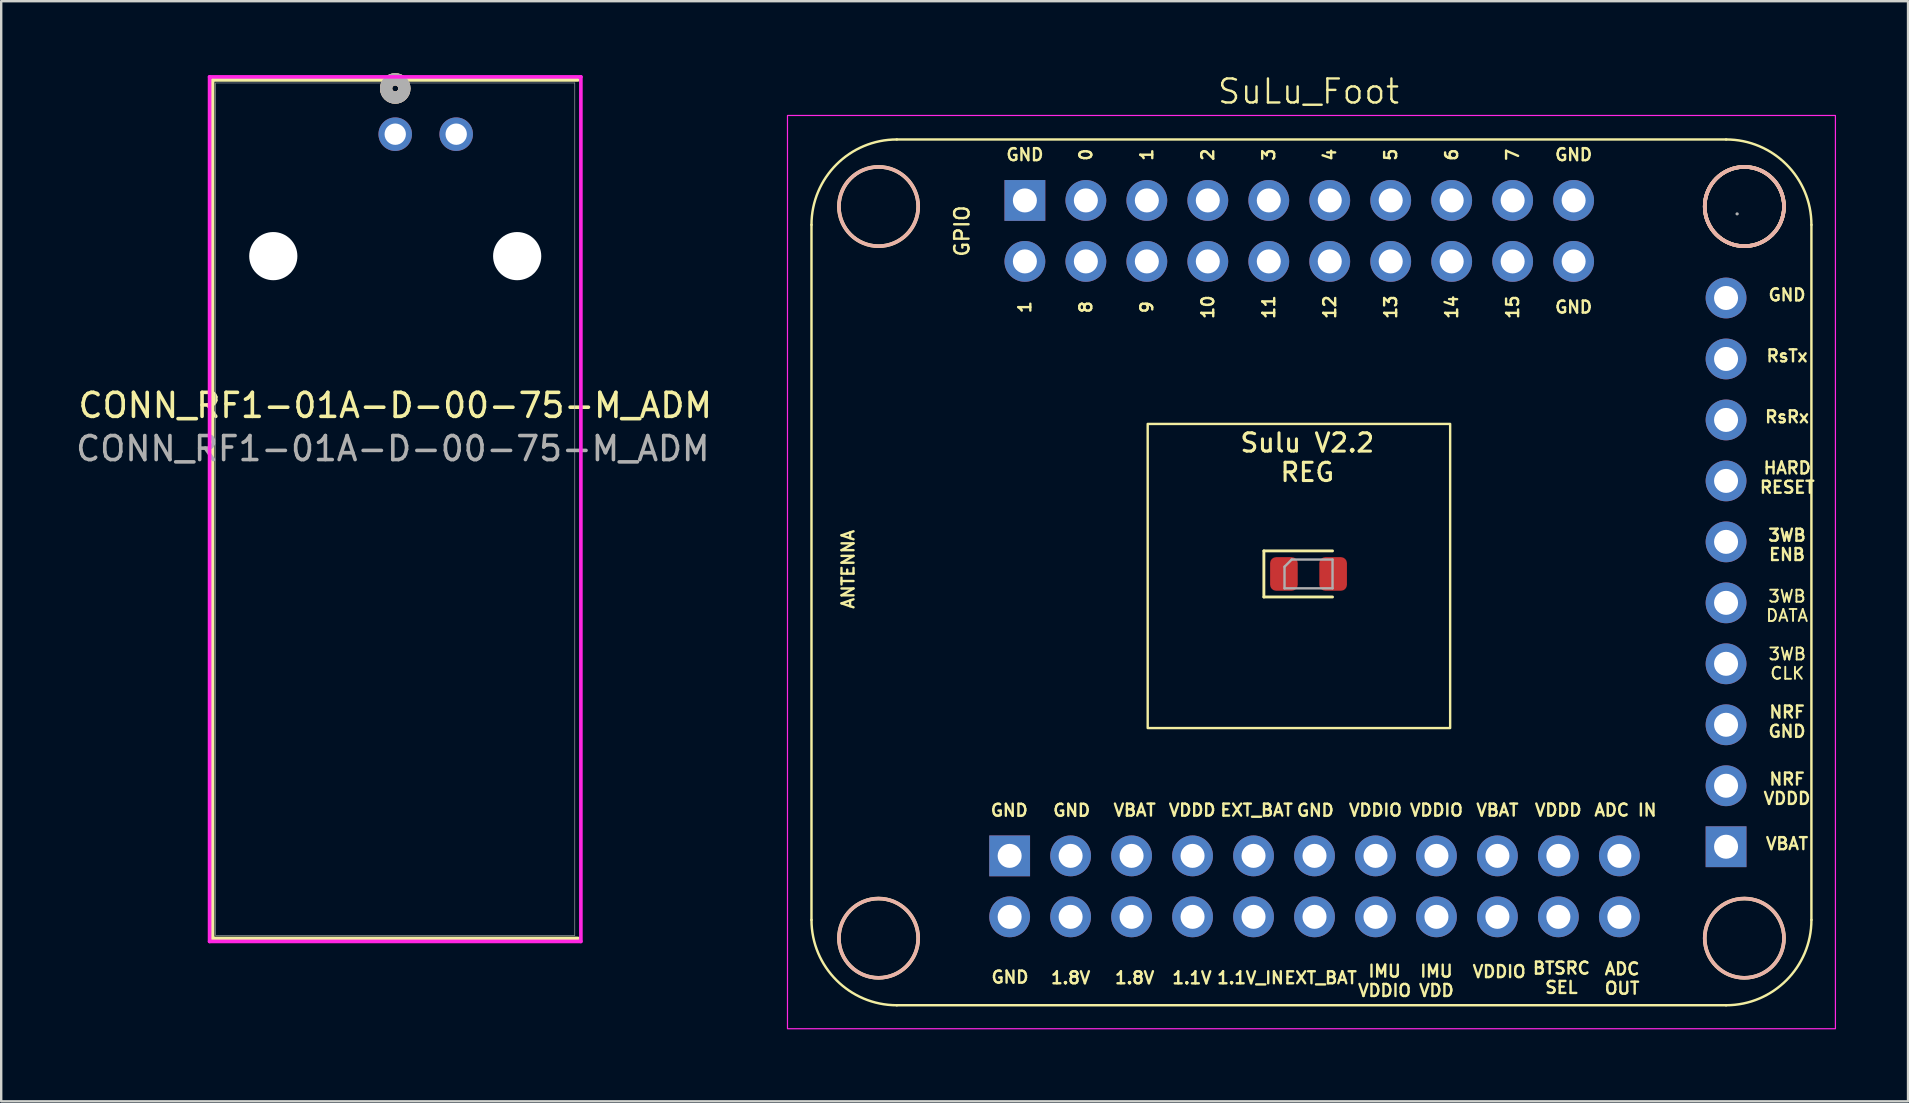
<source format=kicad_pcb>
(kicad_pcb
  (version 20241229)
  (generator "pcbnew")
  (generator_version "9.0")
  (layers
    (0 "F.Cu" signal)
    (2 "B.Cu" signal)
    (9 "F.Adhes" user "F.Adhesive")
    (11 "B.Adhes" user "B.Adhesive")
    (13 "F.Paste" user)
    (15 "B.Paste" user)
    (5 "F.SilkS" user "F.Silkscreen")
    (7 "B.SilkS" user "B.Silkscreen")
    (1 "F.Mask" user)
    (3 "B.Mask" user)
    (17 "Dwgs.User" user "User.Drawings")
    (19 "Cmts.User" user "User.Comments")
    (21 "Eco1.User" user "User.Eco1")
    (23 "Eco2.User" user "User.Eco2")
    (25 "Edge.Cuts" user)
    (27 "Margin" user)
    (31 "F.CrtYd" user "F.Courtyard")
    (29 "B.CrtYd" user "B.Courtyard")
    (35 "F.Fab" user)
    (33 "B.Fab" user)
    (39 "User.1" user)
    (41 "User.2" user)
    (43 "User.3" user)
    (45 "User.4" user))
  (footprint "CONN_RF1-01A-D-00-75-M_ADM"
    (layer "F.Cu")
    (at 13.415 2.54)
    (property "Reference" "CONN_RF1-01A-D-00-75-M_ADM" (at 0 11.3 0) (unlocked yes) (layer "F.SilkS") (effects (font (size 1 1) (thickness 0.15))))
    (attr through_hole)
    (fp_line (start -7.607 -2.261) (end -7.607 33.503) (stroke (width 0.152) (type solid)) (layer "F.SilkS"))
    (fp_line (start -7.607 33.503) (end 7.607 33.503) (stroke (width 0.152) (type solid)) (layer "F.SilkS"))
    (fp_line (start 7.607 -2.261) (end -7.607 -2.261) (stroke (width 0.152) (type solid)) (layer "F.SilkS"))
    (fp_circle (center 0 -1.905) (end 0.381 -1.905) (stroke (width 0.508) (type solid)) (fill no) (layer "F.SilkS"))
    (fp_circle (center 0 -1.905) (end 0.381 -1.905) (stroke (width 0.508) (type solid)) (fill no) (layer "B.SilkS"))
    (fp_line (start -7.734 -2.388) (end -7.734 33.63) (stroke (width 0.152) (type solid)) (layer "F.CrtYd"))
    (fp_line (start -7.734 33.63) (end 7.734 33.63) (stroke (width 0.152) (type solid)) (layer "F.CrtYd"))
    (fp_line (start 7.734 -2.388) (end -7.734 -2.388) (stroke (width 0.152) (type solid)) (layer "F.CrtYd"))
    (fp_line (start 7.734 33.63) (end 7.734 -2.388) (stroke (width 0.152) (type solid)) (layer "F.CrtYd"))
    (fp_line (start -7.48 -2.134) (end -7.48 33.376) (stroke (width 0.025) (type solid)) (layer "F.Fab"))
    (fp_line (start -7.48 33.376) (end 7.48 33.376) (stroke (width 0.025) (type solid)) (layer "F.Fab"))
    (fp_line (start 7.48 -2.134) (end -7.48 -2.134) (stroke (width 0.025) (type solid)) (layer "F.Fab"))
    (fp_line (start 7.48 33.376) (end 7.48 -2.134) (stroke (width 0.025) (type solid)) (layer "F.Fab"))
    (fp_circle (center 0 -1.905) (end 0.381 -1.905) (stroke (width 0.508) (type solid)) (fill no) (layer "F.Fab"))
    (fp_text user "${REFERENCE}" (at -0.1 13.1 0) (unlocked yes) (layer "F.Fab") (effects (font (size 1 1) (thickness 0.15))))
    (pad "" np_thru_hole circle (at -5.08 5.08) (size 2.007 2.007) (drill 2.007) (layers "*.Cu" "*.Mask"))
    (pad "" np_thru_hole circle (at 5.08 5.08) (size 2.007 2.007) (drill 2.007) (layers "*.Cu" "*.Mask"))
    (pad "1" thru_hole circle (at 0 0) (size 1.397 1.397) (drill 0.889) (layers "*.Cu" "*.Mask"))
    (pad "2" thru_hole circle (at 2.54 0) (size 1.397 1.397) (drill 0.889) (layers "*.Cu" "*.Mask")))
  (footprint "SuLu_Foot"
    (layer "F.Cu")
    (at 51.412 20.86)
    (property "Reference" "SuLu_Foot" (at 0.05 -20.1 0) (unlocked yes) (layer "F.SilkS") (effects (font (size 1 1) (thickness 0.1))))
    (attr smd)
    (fp_line (start -20.656 14.412) (end -20.656 -14.544) (stroke (width 0.102) (type solid)) (layer "F.SilkS"))
    (fp_line (start -17.1 17.968) (end 17.444 17.968) (stroke (width 0.102) (type solid)) (layer "F.SilkS"))
    (fp_line (start -1.81 -0.96) (end -1.81 0.96) (stroke (width 0.12) (type solid)) (layer "F.SilkS"))
    (fp_line (start -1.81 0.96) (end 1.05 0.96) (stroke (width 0.12) (type solid)) (layer "F.SilkS"))
    (fp_line (start 1.05 -0.96) (end -1.81 -0.96) (stroke (width 0.12) (type solid)) (layer "F.SilkS"))
    (fp_line (start 17.444 -18.1) (end -17.1 -18.1) (stroke (width 0.102) (type solid)) (layer "F.SilkS"))
    (fp_line (start 21 14.412) (end 21 -14.544) (stroke (width 0.102) (type solid)) (layer "F.SilkS"))
    (fp_rect (start -6.65 6.42) (end 5.95 -6.25) (stroke (width 0.1) (type default)) (fill no) (layer "F.SilkS"))
    (fp_arc (start -20.656 -14.544) (mid -19.614472 -17.058472) (end -17.1 -18.1) (stroke (width 0.1016) (type solid)) (layer "F.SilkS"))
    (fp_arc (start -17.1 17.968) (mid -19.614472 16.926472) (end -20.656 14.412) (stroke (width 0.1016) (type solid)) (layer "F.SilkS"))
    (fp_arc (start 17.444 -18.1) (mid 19.958472 -17.058472) (end 21 -14.544) (stroke (width 0.1016) (type solid)) (layer "F.SilkS"))
    (fp_arc (start 21 14.412) (mid 19.958472 16.926472) (end 17.444 17.968) (stroke (width 0.1016) (type solid)) (layer "F.SilkS"))
    (fp_circle (center -17.862 -15.306) (end -17.862 -13.655) (stroke (width 0.15) (type solid)) (fill no) (layer "F.SilkS"))
    (fp_circle (center -17.862 15.174) (end -17.862 16.825) (stroke (width 0.15) (type solid)) (fill no) (layer "F.SilkS"))
    (fp_circle (center 18.206 -15.306) (end 18.206 -13.655) (stroke (width 0.15) (type solid)) (fill no) (layer "F.SilkS"))
    (fp_circle (center 18.206 -15.306) (end 18.206 -13.655) (stroke (width 0.15) (type solid)) (fill no) (layer "F.SilkS"))
    (fp_circle (center 18.206 15.174) (end 18.206 16.825) (stroke (width 0.15) (type solid)) (fill no) (layer "F.SilkS"))
    (fp_circle (center -17.862 -15.306) (end -17.862 -16.957) (stroke (width 0.15) (type solid)) (fill no) (layer "B.SilkS"))
    (fp_circle (center -17.862 15.174) (end -17.862 13.523) (stroke (width 0.15) (type solid)) (fill no) (layer "B.SilkS"))
    (fp_circle (center 18.206 -15.306) (end 18.206 -16.957) (stroke (width 0.15) (type solid)) (fill no) (layer "B.SilkS"))
    (fp_circle (center 18.206 -15.306) (end 18.206 -16.957) (stroke (width 0.15) (type solid)) (fill no) (layer "B.SilkS"))
    (fp_circle (center 18.206 15.174) (end 18.206 13.523) (stroke (width 0.15) (type solid)) (fill no) (layer "B.SilkS"))
    (fp_rect (start -21.656 -19.1) (end 22 18.946) (stroke (width 0.05) (type default)) (fill no) (layer "F.CrtYd"))
    (fp_line (start -0.95 -0.3) (end -0.95 0.6) (stroke (width 0.1) (type solid)) (layer "F.Fab"))
    (fp_line (start -0.95 0.6) (end 1.05 0.6) (stroke (width 0.1) (type solid)) (layer "F.Fab"))
    (fp_line (start -0.65 -0.6) (end -0.95 -0.3) (stroke (width 0.1) (type solid)) (layer "F.Fab"))
    (fp_line (start 1.05 -0.6) (end -0.65 -0.6) (stroke (width 0.1) (type solid)) (layer "F.Fab"))
    (fp_line (start 1.05 0.6) (end 1.05 -0.6) (stroke (width 0.1) (type solid)) (layer "F.Fab"))
    (fp_line (start 17.9 -15) (end 17.91 -15) (stroke (width 0.127) (type solid)) (layer "F.Fab"))
    (fp_text user "1.1V_IN" (at -2.368 16.825 0) (unlocked yes) (layer "F.SilkS") (effects (font (size 0.5 0.5) (thickness 0.1))))
    (fp_text user "1.8V" (at -9.861 16.825 0) (unlocked yes) (layer "F.SilkS") (effects (font (size 0.5 0.5) (thickness 0.1))))
    (fp_text user "GND" (at 0.334 9.848 0) (unlocked yes) (layer "F.SilkS") (effects (font (size 0.5 0.5) (thickness 0.1))))
    (fp_text user "14" (at 6.014 -11.115 90) (unlocked yes) (layer "F.SilkS") (effects (font (size 0.5 0.5) (thickness 0.1))))
    (fp_text user "1.1V" (at -4.806 16.828 0) (unlocked yes) (layer "F.SilkS") (effects (font (size 0.5 0.5) (thickness 0.1))))
    (fp_text user "VBAT" (at -7.194 9.84 0) (unlocked yes) (layer "F.SilkS") (effects (font (size 0.5 0.5) (thickness 0.1))))
    (fp_text user "GND" (at -12.386 16.798 0) (unlocked yes) (layer "F.SilkS") (effects (font (size 0.5 0.5) (thickness 0.1))))
    (fp_text user "GND" (at -11.766 -17.465 0) (unlocked yes) (layer "F.SilkS") (effects (font (size 0.5 0.5) (thickness 0.1))))
    (fp_text user "ANTENNA" (at -19.132 -0.193 90) (unlocked yes) (layer "F.SilkS") (effects (font (size 0.5 0.5) (thickness 0.1))))
    (fp_text user "1" (at -11.766 -11.115 90) (unlocked yes) (layer "F.SilkS") (effects (font (size 0.5 0.5) (thickness 0.1))))
    (fp_text user "IMU\nVDD" (at 5.379 16.952 0) (unlocked yes) (layer "F.SilkS") (effects (font (size 0.5 0.5) (thickness 0.1))))
    (fp_text user "RsTx" (at 19.984 -9.083 0) (unlocked yes) (layer "F.SilkS") (effects (font (size 0.5 0.5) (thickness 0.1))))
    (fp_text user "GND" (at 11.094 -11.115 0) (unlocked yes) (layer "F.SilkS") (effects (font (size 0.5 0.5) (thickness 0.1))))
    (fp_text user "7" (at 8.554 -17.465 90) (unlocked yes) (layer "F.SilkS") (effects (font (size 0.5 0.5) (thickness 0.1))))
    (fp_text user "10" (at -4.146 -11.115 90) (unlocked yes) (layer "F.SilkS") (effects (font (size 0.5 0.5) (thickness 0.1))))
    (fp_text user "BTSRC\nSEL" (at 10.586 16.825 0) (unlocked yes) (layer "F.SilkS") (effects (font (size 0.5 0.5) (thickness 0.1) (bold yes))))
    (fp_text user "3" (at -1.606 -17.465 90) (unlocked yes) (layer "F.SilkS") (effects (font (size 0.5 0.5) (thickness 0.1))))
    (fp_text user "3WB\nCLK" (at 19.994 3.738 0) (unlocked yes) (layer "F.SilkS") (effects (font (size 0.5 0.5) (thickness 0.08))))
    (fp_text user "GND" (at 11.094 -17.465 0) (unlocked yes) (layer "F.SilkS") (effects (font (size 0.5 0.5) (thickness 0.1))))
    (fp_text user "VDDD" (at 10.454 9.838 0) (unlocked yes) (layer "F.SilkS") (effects (font (size 0.5 0.5) (thickness 0.1))))
    (fp_text user "GND" (at -9.816 9.848 0) (unlocked yes) (layer "F.SilkS") (effects (font (size 0.5 0.5) (thickness 0.1))))
    (fp_text user "VDDIO" (at 5.379 9.84 0) (unlocked yes) (layer "F.SilkS") (effects (font (size 0.5 0.5) (thickness 0.1))))
    (fp_text user "11" (at -1.606 -11.115 90) (unlocked yes) (layer "F.SilkS") (effects (font (size 0.5 0.5) (thickness 0.1))))
    (fp_text user "2" (at -4.146 -17.465 90) (unlocked yes) (layer "F.SilkS") (effects (font (size 0.5 0.5) (thickness 0.1))))
    (fp_text user "ADC\nOUT" (at 13.114 16.858 0) (unlocked yes) (layer "F.SilkS") (effects (font (size 0.5 0.5) (thickness 0.1) (bold yes))))
    (fp_text user "5" (at 3.474 -17.465 90) (unlocked yes) (layer "F.SilkS") (effects (font (size 0.5 0.5) (thickness 0.1))))
    (fp_text user "ADC IN" (at 13.254 9.838 0) (unlocked yes) (layer "F.SilkS") (effects (font (size 0.5 0.5) (thickness 0.1) (bold yes))))
    (fp_text user "12" (at 0.934 -11.115 90) (unlocked yes) (layer "F.SilkS") (effects (font (size 0.5 0.5) (thickness 0.1))))
    (fp_text user "1.8V" (at -7.194 16.825 0) (unlocked yes) (layer "F.SilkS") (effects (font (size 0.5 0.5) (thickness 0.1))))
    (fp_text user "6" (at 6.014 -17.465 90) (unlocked yes) (layer "F.SilkS") (effects (font (size 0.5 0.5) (thickness 0.1))))
    (fp_text user "EXT_BAT" (at -2.114 9.84 0) (unlocked yes) (layer "F.SilkS") (effects (font (size 0.5 0.5) (thickness 0.1))))
    (fp_text user "9" (at -6.686 -11.115 90) (unlocked yes) (layer "F.SilkS") (effects (font (size 0.5 0.5) (thickness 0.1))))
    (fp_text user "15" (at 8.554 -11.115 90) (unlocked yes) (layer "F.SilkS") (effects (font (size 0.5 0.5) (thickness 0.1))))
    (fp_text user "NRF\nVDDD" (at 19.984 8.951 0) (unlocked yes) (layer "F.SilkS") (effects (font (size 0.5 0.5) (thickness 0.1))))
    (fp_text user "Sulu V2.2\nREG" (at 0 -4.85 0) (unlocked yes) (layer "F.SilkS") (effects (font (size 0.762 0.762) (thickness 0.127))))
    (fp_text user "GND" (at -12.416 9.848 0) (unlocked yes) (layer "F.SilkS") (effects (font (size 0.5 0.5) (thickness 0.1))))
    (fp_text user "13" (at 3.474 -11.115 90) (unlocked yes) (layer "F.SilkS") (effects (font (size 0.5 0.5) (thickness 0.1))))
    (fp_text user "EXT_BAT" (at 0.553 16.825 0) (unlocked yes) (layer "F.SilkS") (effects (font (size 0.5 0.5) (thickness 0.1))))
    (fp_text user "RsRx" (at 19.984 -6.543 0) (unlocked yes) (layer "F.SilkS") (effects (font (size 0.5 0.5) (thickness 0.1))))
    (fp_text user "1" (at -6.686 -17.465 90) (unlocked yes) (layer "F.SilkS") (effects (font (size 0.5 0.5) (thickness 0.1))))
    (fp_text user "3WB\nDATA" (at 19.984 1.331 0) (unlocked yes) (layer "F.SilkS") (effects (font (size 0.5 0.5) (thickness 0.08))))
    (fp_text user "IMU\nVDDIO" (at 3.22 16.952 0) (unlocked yes) (layer "F.SilkS") (effects (font (size 0.5 0.5) (thickness 0.1))))
    (fp_text user "VBAT" (at 7.919 9.84 0) (unlocked yes) (layer "F.SilkS") (effects (font (size 0.5 0.5) (thickness 0.1))))
    (fp_text user "4" (at 0.934 -17.465 90) (unlocked yes) (layer "F.SilkS") (effects (font (size 0.5 0.5) (thickness 0.1))))
    (fp_text user "HARD\nRESET" (at 19.994 -4.012 0) (unlocked yes) (layer "F.SilkS") (effects (font (size 0.5 0.5) (thickness 0.1) (bold yes))))
    (fp_text user "8" (at -9.226 -11.115 90) (unlocked yes) (layer "F.SilkS") (effects (font (size 0.5 0.5) (thickness 0.1))))
    (fp_text user "GND" (at 19.984 -11.623 0) (unlocked yes) (layer "F.SilkS") (effects (font (size 0.5 0.5) (thickness 0.1))))
    (fp_text user "VBAT" (at 19.984 11.237 0) (unlocked yes) (layer "F.SilkS") (effects (font (size 0.5 0.5) (thickness 0.1))))
    (fp_text user "0" (at -9.226 -17.465 90) (unlocked yes) (layer "F.SilkS") (effects (font (size 0.5 0.5) (thickness 0.1))))
    (fp_text user "3WB\nENB" (at 19.984 -1.209 0) (unlocked yes) (layer "F.SilkS") (effects (font (size 0.5 0.5) (thickness 0.1))))
    (fp_text user "VDDIO" (at 7.994 16.568 0) (unlocked yes) (layer "F.SilkS") (effects (font (size 0.5 0.5) (thickness 0.1))))
    (fp_text user "GPIO" (at -14.386 -14.282 90) (unlocked yes) (layer "F.SilkS") (effects (font (size 0.6 0.6) (thickness 0.1))))
    (fp_text user "VDDIO" (at 2.839 9.84 0) (unlocked yes) (layer "F.SilkS") (effects (font (size 0.5 0.5) (thickness 0.1))))
    (fp_text user "NRF\nGND" (at 19.984 6.157 0) (unlocked yes) (layer "F.SilkS") (effects (font (size 0.5 0.5) (thickness 0.1))))
    (fp_text user "VDDD" (at -4.796 9.84 0) (unlocked yes) (layer "F.SilkS") (effects (font (size 0.5 0.5) (thickness 0.1))))
    (pad "1a" thru_hole rect (at -11.766 -15.56 270) (size 1.7 1.7) (drill 1) (layers "*.Cu" "*.Mask"))
    (pad "1b" thru_hole rect (at 17.444 11.364) (size 1.7 1.7) (drill 1) (layers "*.Cu" "*.Mask"))
    (pad "1c" thru_hole rect (at -12.401 11.745 270) (size 1.7 1.7) (drill 1) (layers "*.Cu" "*.Mask"))
    (pad "1e" smd roundrect (at 1.075 0) (size 1.15 1.4) (layers "F.Cu" "F.Mask" "F.Paste") (roundrect_rratio 0.217))
    (pad "2a" thru_hole oval (at -11.766 -13.02 270) (size 1.7 1.7) (drill 1) (layers "*.Cu" "*.Mask"))
    (pad "2b" thru_hole oval (at 17.444 8.824) (size 1.7 1.7) (drill 1) (layers "*.Cu" "*.Mask"))
    (pad "2c" thru_hole oval (at -12.401 14.285 270) (size 1.7 1.7) (drill 1) (layers "*.Cu" "*.Mask"))
    (pad "2e" smd roundrect (at -0.975 0) (size 1.15 1.4) (layers "F.Cu" "F.Mask" "F.Paste") (roundrect_rratio 0.217))
    (pad "3a" thru_hole oval (at -9.226 -15.56 270) (size 1.7 1.7) (drill 1) (layers "*.Cu" "*.Mask"))
    (pad "3b" thru_hole oval (at 17.444 6.284) (size 1.7 1.7) (drill 1) (layers "*.Cu" "*.Mask"))
    (pad "3c" thru_hole oval (at -9.861 11.745 270) (size 1.7 1.7) (drill 1) (layers "*.Cu" "*.Mask"))
    (pad "4a" thru_hole oval (at -9.226 -13.02 270) (size 1.7 1.7) (drill 1) (layers "*.Cu" "*.Mask"))
    (pad "4b" thru_hole oval (at 17.444 3.744) (size 1.7 1.7) (drill 1) (layers "*.Cu" "*.Mask"))
    (pad "4c" thru_hole oval (at -9.861 14.285 270) (size 1.7 1.7) (drill 1) (layers "*.Cu" "*.Mask"))
    (pad "5a" thru_hole oval (at -6.686 -15.56 270) (size 1.7 1.7) (drill 1) (layers "*.Cu" "*.Mask"))
    (pad "5b" thru_hole oval (at 17.444 1.204) (size 1.7 1.7) (drill 1) (layers "*.Cu" "*.Mask"))
    (pad "5c" thru_hole oval (at -7.321 11.745 270) (size 1.7 1.7) (drill 1) (layers "*.Cu" "*.Mask"))
    (pad "6a" thru_hole oval (at -6.686 -13.02 270) (size 1.7 1.7) (drill 1) (layers "*.Cu" "*.Mask"))
    (pad "6b" thru_hole oval (at 17.444 -1.336) (size 1.7 1.7) (drill 1) (layers "*.Cu" "*.Mask"))
    (pad "6c" thru_hole oval (at -7.321 14.285 270) (size 1.7 1.7) (drill 1) (layers "*.Cu" "*.Mask"))
    (pad "7a" thru_hole oval (at -4.146 -15.56 270) (size 1.7 1.7) (drill 1) (layers "*.Cu" "*.Mask"))
    (pad "7b" thru_hole oval (at 17.444 -3.876) (size 1.7 1.7) (drill 1) (layers "*.Cu" "*.Mask"))
    (pad "7c" thru_hole oval (at -4.781 11.745 270) (size 1.7 1.7) (drill 1) (layers "*.Cu" "*.Mask"))
    (pad "8a" thru_hole oval (at -4.146 -13.02 270) (size 1.7 1.7) (drill 1) (layers "*.Cu" "*.Mask"))
    (pad "8b" thru_hole oval (at 17.444 -6.416) (size 1.7 1.7) (drill 1) (layers "*.Cu" "*.Mask"))
    (pad "8c" thru_hole oval (at -4.781 14.285 270) (size 1.7 1.7) (drill 1) (layers "*.Cu" "*.Mask"))
    (pad "9a" thru_hole oval (at -1.606 -15.56 270) (size 1.7 1.7) (drill 1) (layers "*.Cu" "*.Mask"))
    (pad "9b" thru_hole oval (at 17.444 -8.956) (size 1.7 1.7) (drill 1) (layers "*.Cu" "*.Mask"))
    (pad "9c" thru_hole oval (at -2.241 11.745 270) (size 1.7 1.7) (drill 1) (layers "*.Cu" "*.Mask"))
    (pad "10a" thru_hole oval (at -1.606 -13.02 270) (size 1.7 1.7) (drill 1) (layers "*.Cu" "*.Mask"))
    (pad "10b" thru_hole oval (at 17.444 -11.496) (size 1.7 1.7) (drill 1) (layers "*.Cu" "*.Mask"))
    (pad "10c" thru_hole oval (at -2.241 14.285 270) (size 1.7 1.7) (drill 1) (layers "*.Cu" "*.Mask"))
    (pad "11a" thru_hole oval (at 0.934 -15.56 270) (size 1.7 1.7) (drill 1) (layers "*.Cu" "*.Mask"))
    (pad "11c" thru_hole oval (at 0.299 11.745 270) (size 1.7 1.7) (drill 1) (layers "*.Cu" "*.Mask"))
    (pad "12a" thru_hole oval (at 0.934 -13.02 270) (size 1.7 1.7) (drill 1) (layers "*.Cu" "*.Mask"))
    (pad "12c" thru_hole oval (at 0.299 14.285 270) (size 1.7 1.7) (drill 1) (layers "*.Cu" "*.Mask"))
    (pad "13a" thru_hole oval (at 3.474 -15.56 270) (size 1.7 1.7) (drill 1) (layers "*.Cu" "*.Mask"))
    (pad "13c" thru_hole oval (at 2.839 11.745 270) (size 1.7 1.7) (drill 1) (layers "*.Cu" "*.Mask"))
    (pad "14a" thru_hole oval (at 3.474 -13.02 270) (size 1.7 1.7) (drill 1) (layers "*.Cu" "*.Mask"))
    (pad "14c" thru_hole oval (at 2.839 14.285 270) (size 1.7 1.7) (drill 1) (layers "*.Cu" "*.Mask"))
    (pad "15a" thru_hole oval (at 6.014 -15.56 270) (size 1.7 1.7) (drill 1) (layers "*.Cu" "*.Mask"))
    (pad "15c" thru_hole oval (at 5.379 11.745 270) (size 1.7 1.7) (drill 1) (layers "*.Cu" "*.Mask"))
    (pad "16a" thru_hole oval (at 6.014 -13.02 270) (size 1.7 1.7) (drill 1) (layers "*.Cu" "*.Mask"))
    (pad "16c" thru_hole oval (at 5.379 14.285 270) (size 1.7 1.7) (drill 1) (layers "*.Cu" "*.Mask"))
    (pad "17a" thru_hole oval (at 8.554 -15.56 270) (size 1.7 1.7) (drill 1) (layers "*.Cu" "*.Mask"))
    (pad "17c" thru_hole oval (at 7.919 11.745 270) (size 1.7 1.7) (drill 1) (layers "*.Cu" "*.Mask"))
    (pad "18a" thru_hole oval (at 8.554 -13.02 270) (size 1.7 1.7) (drill 1) (layers "*.Cu" "*.Mask"))
    (pad "18c" thru_hole oval (at 7.919 14.285 270) (size 1.7 1.7) (drill 1) (layers "*.Cu" "*.Mask"))
    (pad "19a" thru_hole oval (at 11.094 -15.56 270) (size 1.7 1.7) (drill 1) (layers "*.Cu" "*.Mask"))
    (pad "19c" thru_hole oval (at 10.459 11.745 270) (size 1.7 1.7) (drill 1) (layers "*.Cu" "*.Mask"))
    (pad "20a" thru_hole oval (at 11.094 -13.02 270) (size 1.7 1.7) (drill 1) (layers "*.Cu" "*.Mask"))
    (pad "20c" thru_hole oval (at 10.459 14.285 270) (size 1.7 1.7) (drill 1) (layers "*.Cu" "*.Mask"))
    (pad "21c" thru_hole oval (at 12.999 11.745 270) (size 1.7 1.7) (drill 1) (layers "*.Cu" "*.Mask"))
    (pad "22c" thru_hole oval (at 12.999 14.285 270) (size 1.7 1.7) (drill 1) (layers "*.Cu" "*.Mask")))
  (gr_rect
    (start -3 -3)
    (end 76.437 42.831)
    (stroke (width 0.1) (type default))
    (fill no)
    (layer "Edge.Cuts")))
</source>
